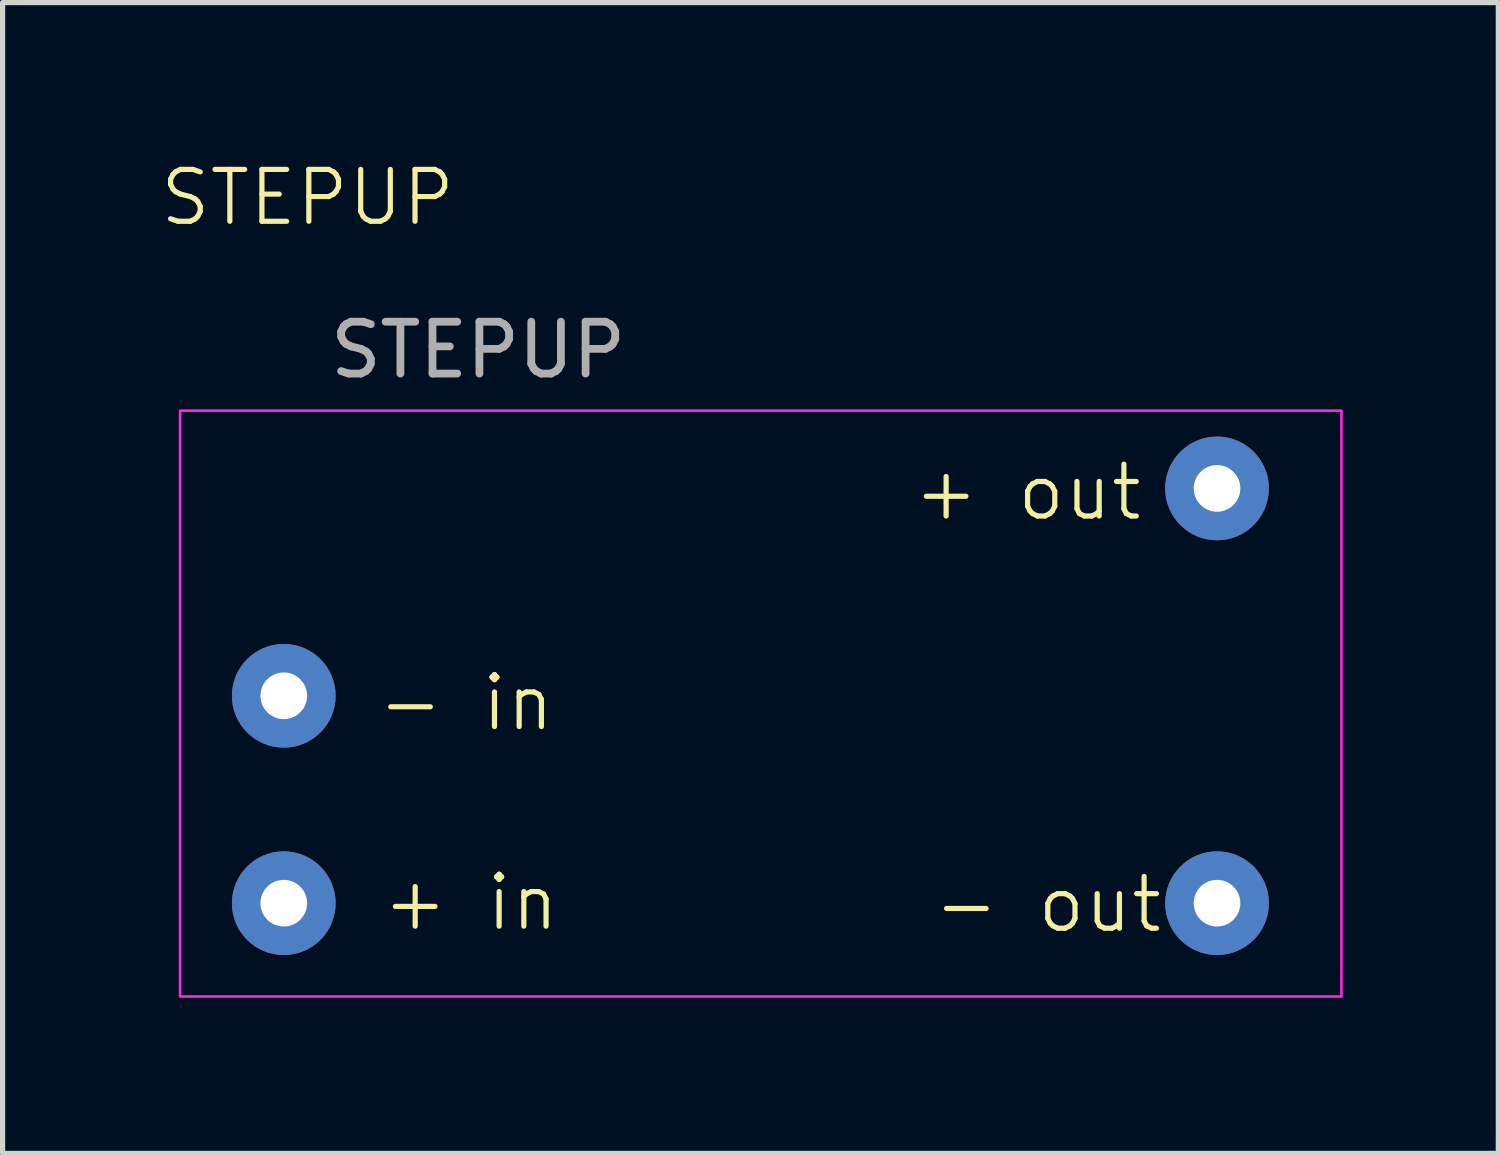
<source format=kicad_pcb>
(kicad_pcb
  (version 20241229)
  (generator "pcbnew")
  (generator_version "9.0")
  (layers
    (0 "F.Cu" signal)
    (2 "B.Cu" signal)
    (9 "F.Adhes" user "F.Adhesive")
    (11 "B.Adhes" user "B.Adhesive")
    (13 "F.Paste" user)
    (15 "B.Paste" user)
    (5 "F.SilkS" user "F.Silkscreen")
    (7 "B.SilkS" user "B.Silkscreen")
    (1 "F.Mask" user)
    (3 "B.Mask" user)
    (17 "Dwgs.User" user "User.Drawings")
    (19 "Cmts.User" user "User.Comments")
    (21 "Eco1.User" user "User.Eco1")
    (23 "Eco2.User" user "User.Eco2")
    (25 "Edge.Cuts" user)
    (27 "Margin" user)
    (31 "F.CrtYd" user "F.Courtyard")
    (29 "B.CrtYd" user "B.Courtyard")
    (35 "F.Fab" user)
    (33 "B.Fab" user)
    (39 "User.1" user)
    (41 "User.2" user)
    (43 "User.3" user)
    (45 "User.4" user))
  (footprint "STEPUP"
    (layer "F.Cu")
    (at 0.423 4.87)
    (property "Reference" "STEPUP" (at 2.46 -4.11 0) (unlocked yes) (layer "F.SilkS") (effects (font (size 1 1) (thickness 0.1))))
    (attr through_hole)
    (fp_rect (start 0 0) (end 22.4 11.3) (stroke (width 0.05) (type default)) (fill no) (layer "F.CrtYd"))
    (fp_text user "+ in" (at 3.85 10.07 0) (unlocked yes) (layer "F.SilkS") (effects (font (size 1 1) (thickness 0.1)) (justify left bottom)))
    (fp_text user "- in" (at 3.76 6.22 0) (unlocked yes) (layer "F.SilkS") (effects (font (size 1 1) (thickness 0.1)) (justify left bottom)))
    (fp_text user "+ out" (at 14.09 2.16 0) (unlocked yes) (layer "F.SilkS") (effects (font (size 1 1) (thickness 0.1)) (justify left bottom)))
    (fp_text user "- out" (at 14.48 10.11 0) (unlocked yes) (layer "F.SilkS") (effects (font (size 1 1) (thickness 0.1)) (justify left bottom)))
    (fp_text user "${REFERENCE}" (at 5.75 -1.17 0) (unlocked yes) (layer "F.Fab") (effects (font (size 1 1) (thickness 0.15))))
    (pad "1" thru_hole circle (at 2 9.5) (size 2 2) (drill 0.9) (layers "*.Cu" "*.Mask"))
    (pad "2" thru_hole circle (at 2 5.5) (size 2 2) (drill 0.9) (layers "*.Cu" "*.Mask"))
    (pad "3" thru_hole circle (at 20 9.5) (size 2 2) (drill 0.9) (layers "*.Cu" "*.Mask"))
    (pad "4" thru_hole circle (at 20 1.5) (size 2 2) (drill 0.9) (layers "*.Cu" "*.Mask")))
  (gr_rect
    (start -3 -3)
    (end 25.848 19.195)
    (stroke (width 0.1) (type default))
    (fill no)
    (layer "Edge.Cuts")))
</source>
